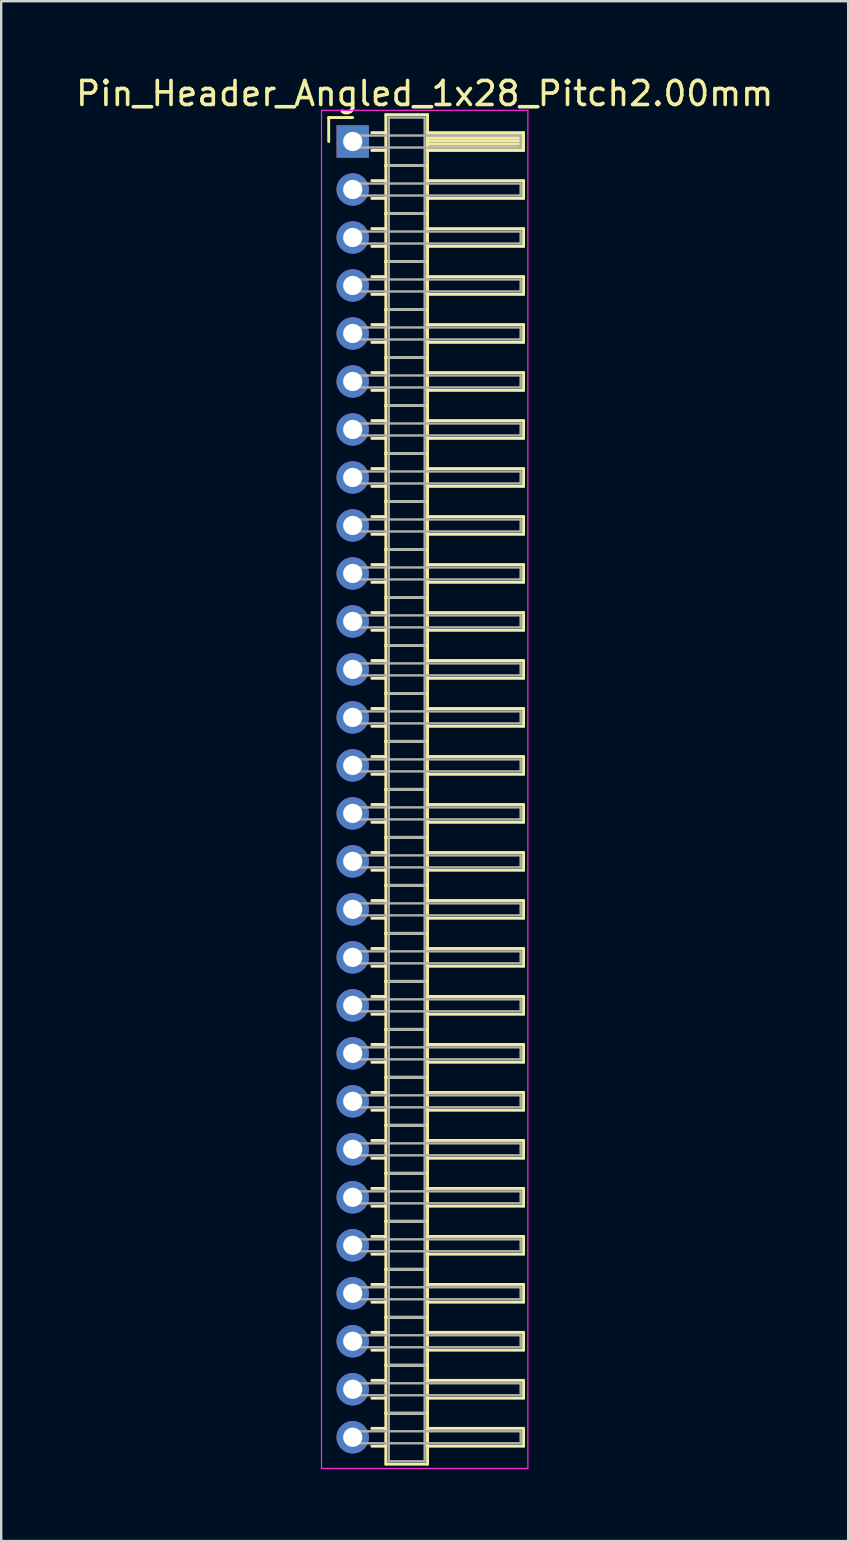
<source format=kicad_pcb>
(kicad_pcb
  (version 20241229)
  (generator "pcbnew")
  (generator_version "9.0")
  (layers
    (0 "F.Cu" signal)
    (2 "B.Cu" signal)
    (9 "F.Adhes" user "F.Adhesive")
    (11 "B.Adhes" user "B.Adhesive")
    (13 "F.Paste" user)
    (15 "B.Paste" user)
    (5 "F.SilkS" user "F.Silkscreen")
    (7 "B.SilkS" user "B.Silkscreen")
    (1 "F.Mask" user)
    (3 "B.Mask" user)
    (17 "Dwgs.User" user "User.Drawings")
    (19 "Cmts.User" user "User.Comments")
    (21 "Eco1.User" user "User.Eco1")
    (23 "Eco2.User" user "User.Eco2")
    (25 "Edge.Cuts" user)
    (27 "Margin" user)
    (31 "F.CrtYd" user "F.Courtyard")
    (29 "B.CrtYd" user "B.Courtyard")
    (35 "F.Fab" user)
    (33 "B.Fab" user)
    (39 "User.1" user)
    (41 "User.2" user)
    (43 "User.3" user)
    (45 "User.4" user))
  (footprint "Pin_Header_Angled_1x28_Pitch2.00mm"
    (layer "F.Cu")
    (at 11.649 2.848)
    (property "Reference" "Pin_Header_Angled_1x28_Pitch2.00mm" (at 3 -2 0) (layer "F.SilkS") (effects (font (size 1 1) (thickness 0.15))))
    (attr through_hole)
    (fp_line (start -1 -1) (end 0 -1) (stroke (width 0.12) (type solid)) (layer "F.SilkS"))
    (fp_line (start -1 0) (end -1 -1) (stroke (width 0.12) (type solid)) (layer "F.SilkS"))
    (fp_line (start 0.795 -0.37) (end 1.38 -0.37) (stroke (width 0.12) (type solid)) (layer "F.SilkS"))
    (fp_line (start 0.795 0.37) (end 1.38 0.37) (stroke (width 0.12) (type solid)) (layer "F.SilkS"))
    (fp_line (start 0.795 1.63) (end 1.38 1.63) (stroke (width 0.12) (type solid)) (layer "F.SilkS"))
    (fp_line (start 0.795 2.37) (end 1.38 2.37) (stroke (width 0.12) (type solid)) (layer "F.SilkS"))
    (fp_line (start 0.795 3.63) (end 1.38 3.63) (stroke (width 0.12) (type solid)) (layer "F.SilkS"))
    (fp_line (start 0.795 4.37) (end 1.38 4.37) (stroke (width 0.12) (type solid)) (layer "F.SilkS"))
    (fp_line (start 0.795 5.63) (end 1.38 5.63) (stroke (width 0.12) (type solid)) (layer "F.SilkS"))
    (fp_line (start 0.795 6.37) (end 1.38 6.37) (stroke (width 0.12) (type solid)) (layer "F.SilkS"))
    (fp_line (start 0.795 7.63) (end 1.38 7.63) (stroke (width 0.12) (type solid)) (layer "F.SilkS"))
    (fp_line (start 0.795 8.37) (end 1.38 8.37) (stroke (width 0.12) (type solid)) (layer "F.SilkS"))
    (fp_line (start 0.795 9.63) (end 1.38 9.63) (stroke (width 0.12) (type solid)) (layer "F.SilkS"))
    (fp_line (start 0.795 10.37) (end 1.38 10.37) (stroke (width 0.12) (type solid)) (layer "F.SilkS"))
    (fp_line (start 0.795 11.63) (end 1.38 11.63) (stroke (width 0.12) (type solid)) (layer "F.SilkS"))
    (fp_line (start 0.795 12.37) (end 1.38 12.37) (stroke (width 0.12) (type solid)) (layer "F.SilkS"))
    (fp_line (start 0.795 13.63) (end 1.38 13.63) (stroke (width 0.12) (type solid)) (layer "F.SilkS"))
    (fp_line (start 0.795 14.37) (end 1.38 14.37) (stroke (width 0.12) (type solid)) (layer "F.SilkS"))
    (fp_line (start 0.795 15.63) (end 1.38 15.63) (stroke (width 0.12) (type solid)) (layer "F.SilkS"))
    (fp_line (start 0.795 16.37) (end 1.38 16.37) (stroke (width 0.12) (type solid)) (layer "F.SilkS"))
    (fp_line (start 0.795 17.63) (end 1.38 17.63) (stroke (width 0.12) (type solid)) (layer "F.SilkS"))
    (fp_line (start 0.795 18.37) (end 1.38 18.37) (stroke (width 0.12) (type solid)) (layer "F.SilkS"))
    (fp_line (start 0.795 19.63) (end 1.38 19.63) (stroke (width 0.12) (type solid)) (layer "F.SilkS"))
    (fp_line (start 0.795 20.37) (end 1.38 20.37) (stroke (width 0.12) (type solid)) (layer "F.SilkS"))
    (fp_line (start 0.795 21.63) (end 1.38 21.63) (stroke (width 0.12) (type solid)) (layer "F.SilkS"))
    (fp_line (start 0.795 22.37) (end 1.38 22.37) (stroke (width 0.12) (type solid)) (layer "F.SilkS"))
    (fp_line (start 0.795 23.63) (end 1.38 23.63) (stroke (width 0.12) (type solid)) (layer "F.SilkS"))
    (fp_line (start 0.795 24.37) (end 1.38 24.37) (stroke (width 0.12) (type solid)) (layer "F.SilkS"))
    (fp_line (start 0.795 25.63) (end 1.38 25.63) (stroke (width 0.12) (type solid)) (layer "F.SilkS"))
    (fp_line (start 0.795 26.37) (end 1.38 26.37) (stroke (width 0.12) (type solid)) (layer "F.SilkS"))
    (fp_line (start 0.795 27.63) (end 1.38 27.63) (stroke (width 0.12) (type solid)) (layer "F.SilkS"))
    (fp_line (start 0.795 28.37) (end 1.38 28.37) (stroke (width 0.12) (type solid)) (layer "F.SilkS"))
    (fp_line (start 0.795 29.63) (end 1.38 29.63) (stroke (width 0.12) (type solid)) (layer "F.SilkS"))
    (fp_line (start 0.795 30.37) (end 1.38 30.37) (stroke (width 0.12) (type solid)) (layer "F.SilkS"))
    (fp_line (start 0.795 31.63) (end 1.38 31.63) (stroke (width 0.12) (type solid)) (layer "F.SilkS"))
    (fp_line (start 0.795 32.37) (end 1.38 32.37) (stroke (width 0.12) (type solid)) (layer "F.SilkS"))
    (fp_line (start 0.795 33.63) (end 1.38 33.63) (stroke (width 0.12) (type solid)) (layer "F.SilkS"))
    (fp_line (start 0.795 34.37) (end 1.38 34.37) (stroke (width 0.12) (type solid)) (layer "F.SilkS"))
    (fp_line (start 0.795 35.63) (end 1.38 35.63) (stroke (width 0.12) (type solid)) (layer "F.SilkS"))
    (fp_line (start 0.795 36.37) (end 1.38 36.37) (stroke (width 0.12) (type solid)) (layer "F.SilkS"))
    (fp_line (start 0.795 37.63) (end 1.38 37.63) (stroke (width 0.12) (type solid)) (layer "F.SilkS"))
    (fp_line (start 0.795 38.37) (end 1.38 38.37) (stroke (width 0.12) (type solid)) (layer "F.SilkS"))
    (fp_line (start 0.795 39.63) (end 1.38 39.63) (stroke (width 0.12) (type solid)) (layer "F.SilkS"))
    (fp_line (start 0.795 40.37) (end 1.38 40.37) (stroke (width 0.12) (type solid)) (layer "F.SilkS"))
    (fp_line (start 0.795 41.63) (end 1.38 41.63) (stroke (width 0.12) (type solid)) (layer "F.SilkS"))
    (fp_line (start 0.795 42.37) (end 1.38 42.37) (stroke (width 0.12) (type solid)) (layer "F.SilkS"))
    (fp_line (start 0.795 43.63) (end 1.38 43.63) (stroke (width 0.12) (type solid)) (layer "F.SilkS"))
    (fp_line (start 0.795 44.37) (end 1.38 44.37) (stroke (width 0.12) (type solid)) (layer "F.SilkS"))
    (fp_line (start 0.795 45.63) (end 1.38 45.63) (stroke (width 0.12) (type solid)) (layer "F.SilkS"))
    (fp_line (start 0.795 46.37) (end 1.38 46.37) (stroke (width 0.12) (type solid)) (layer "F.SilkS"))
    (fp_line (start 0.795 47.63) (end 1.38 47.63) (stroke (width 0.12) (type solid)) (layer "F.SilkS"))
    (fp_line (start 0.795 48.37) (end 1.38 48.37) (stroke (width 0.12) (type solid)) (layer "F.SilkS"))
    (fp_line (start 0.795 49.63) (end 1.38 49.63) (stroke (width 0.12) (type solid)) (layer "F.SilkS"))
    (fp_line (start 0.795 50.37) (end 1.38 50.37) (stroke (width 0.12) (type solid)) (layer "F.SilkS"))
    (fp_line (start 0.795 51.63) (end 1.38 51.63) (stroke (width 0.12) (type solid)) (layer "F.SilkS"))
    (fp_line (start 0.795 52.37) (end 1.38 52.37) (stroke (width 0.12) (type solid)) (layer "F.SilkS"))
    (fp_line (start 0.795 53.63) (end 1.38 53.63) (stroke (width 0.12) (type solid)) (layer "F.SilkS"))
    (fp_line (start 0.795 54.37) (end 1.38 54.37) (stroke (width 0.12) (type solid)) (layer "F.SilkS"))
    (fp_line (start 1.38 -1.12) (end 1.38 1) (stroke (width 0.12) (type solid)) (layer "F.SilkS"))
    (fp_line (start 1.38 1) (end 1.38 3) (stroke (width 0.12) (type solid)) (layer "F.SilkS"))
    (fp_line (start 1.38 1) (end 3.12 1) (stroke (width 0.12) (type solid)) (layer "F.SilkS"))
    (fp_line (start 1.38 3) (end 1.38 5) (stroke (width 0.12) (type solid)) (layer "F.SilkS"))
    (fp_line (start 1.38 3) (end 3.12 3) (stroke (width 0.12) (type solid)) (layer "F.SilkS"))
    (fp_line (start 1.38 5) (end 1.38 7) (stroke (width 0.12) (type solid)) (layer "F.SilkS"))
    (fp_line (start 1.38 5) (end 3.12 5) (stroke (width 0.12) (type solid)) (layer "F.SilkS"))
    (fp_line (start 1.38 7) (end 1.38 9) (stroke (width 0.12) (type solid)) (layer "F.SilkS"))
    (fp_line (start 1.38 7) (end 3.12 7) (stroke (width 0.12) (type solid)) (layer "F.SilkS"))
    (fp_line (start 1.38 9) (end 1.38 11) (stroke (width 0.12) (type solid)) (layer "F.SilkS"))
    (fp_line (start 1.38 9) (end 3.12 9) (stroke (width 0.12) (type solid)) (layer "F.SilkS"))
    (fp_line (start 1.38 11) (end 1.38 13) (stroke (width 0.12) (type solid)) (layer "F.SilkS"))
    (fp_line (start 1.38 11) (end 3.12 11) (stroke (width 0.12) (type solid)) (layer "F.SilkS"))
    (fp_line (start 1.38 13) (end 1.38 15) (stroke (width 0.12) (type solid)) (layer "F.SilkS"))
    (fp_line (start 1.38 13) (end 3.12 13) (stroke (width 0.12) (type solid)) (layer "F.SilkS"))
    (fp_line (start 1.38 15) (end 1.38 17) (stroke (width 0.12) (type solid)) (layer "F.SilkS"))
    (fp_line (start 1.38 15) (end 3.12 15) (stroke (width 0.12) (type solid)) (layer "F.SilkS"))
    (fp_line (start 1.38 17) (end 1.38 19) (stroke (width 0.12) (type solid)) (layer "F.SilkS"))
    (fp_line (start 1.38 17) (end 3.12 17) (stroke (width 0.12) (type solid)) (layer "F.SilkS"))
    (fp_line (start 1.38 19) (end 1.38 21) (stroke (width 0.12) (type solid)) (layer "F.SilkS"))
    (fp_line (start 1.38 19) (end 3.12 19) (stroke (width 0.12) (type solid)) (layer "F.SilkS"))
    (fp_line (start 1.38 21) (end 1.38 23) (stroke (width 0.12) (type solid)) (layer "F.SilkS"))
    (fp_line (start 1.38 21) (end 3.12 21) (stroke (width 0.12) (type solid)) (layer "F.SilkS"))
    (fp_line (start 1.38 23) (end 1.38 25) (stroke (width 0.12) (type solid)) (layer "F.SilkS"))
    (fp_line (start 1.38 23) (end 3.12 23) (stroke (width 0.12) (type solid)) (layer "F.SilkS"))
    (fp_line (start 1.38 25) (end 1.38 27) (stroke (width 0.12) (type solid)) (layer "F.SilkS"))
    (fp_line (start 1.38 25) (end 3.12 25) (stroke (width 0.12) (type solid)) (layer "F.SilkS"))
    (fp_line (start 1.38 27) (end 1.38 29) (stroke (width 0.12) (type solid)) (layer "F.SilkS"))
    (fp_line (start 1.38 27) (end 3.12 27) (stroke (width 0.12) (type solid)) (layer "F.SilkS"))
    (fp_line (start 1.38 29) (end 1.38 31) (stroke (width 0.12) (type solid)) (layer "F.SilkS"))
    (fp_line (start 1.38 29) (end 3.12 29) (stroke (width 0.12) (type solid)) (layer "F.SilkS"))
    (fp_line (start 1.38 31) (end 1.38 33) (stroke (width 0.12) (type solid)) (layer "F.SilkS"))
    (fp_line (start 1.38 31) (end 3.12 31) (stroke (width 0.12) (type solid)) (layer "F.SilkS"))
    (fp_line (start 1.38 33) (end 1.38 35) (stroke (width 0.12) (type solid)) (layer "F.SilkS"))
    (fp_line (start 1.38 33) (end 3.12 33) (stroke (width 0.12) (type solid)) (layer "F.SilkS"))
    (fp_line (start 1.38 35) (end 1.38 37) (stroke (width 0.12) (type solid)) (layer "F.SilkS"))
    (fp_line (start 1.38 35) (end 3.12 35) (stroke (width 0.12) (type solid)) (layer "F.SilkS"))
    (fp_line (start 1.38 37) (end 1.38 39) (stroke (width 0.12) (type solid)) (layer "F.SilkS"))
    (fp_line (start 1.38 37) (end 3.12 37) (stroke (width 0.12) (type solid)) (layer "F.SilkS"))
    (fp_line (start 1.38 39) (end 1.38 41) (stroke (width 0.12) (type solid)) (layer "F.SilkS"))
    (fp_line (start 1.38 39) (end 3.12 39) (stroke (width 0.12) (type solid)) (layer "F.SilkS"))
    (fp_line (start 1.38 41) (end 1.38 43) (stroke (width 0.12) (type solid)) (layer "F.SilkS"))
    (fp_line (start 1.38 41) (end 3.12 41) (stroke (width 0.12) (type solid)) (layer "F.SilkS"))
    (fp_line (start 1.38 43) (end 1.38 45) (stroke (width 0.12) (type solid)) (layer "F.SilkS"))
    (fp_line (start 1.38 43) (end 3.12 43) (stroke (width 0.12) (type solid)) (layer "F.SilkS"))
    (fp_line (start 1.38 45) (end 1.38 47) (stroke (width 0.12) (type solid)) (layer "F.SilkS"))
    (fp_line (start 1.38 45) (end 3.12 45) (stroke (width 0.12) (type solid)) (layer "F.SilkS"))
    (fp_line (start 1.38 47) (end 1.38 49) (stroke (width 0.12) (type solid)) (layer "F.SilkS"))
    (fp_line (start 1.38 47) (end 3.12 47) (stroke (width 0.12) (type solid)) (layer "F.SilkS"))
    (fp_line (start 1.38 49) (end 1.38 51) (stroke (width 0.12) (type solid)) (layer "F.SilkS"))
    (fp_line (start 1.38 49) (end 3.12 49) (stroke (width 0.12) (type solid)) (layer "F.SilkS"))
    (fp_line (start 1.38 51) (end 1.38 53) (stroke (width 0.12) (type solid)) (layer "F.SilkS"))
    (fp_line (start 1.38 51) (end 3.12 51) (stroke (width 0.12) (type solid)) (layer "F.SilkS"))
    (fp_line (start 1.38 53) (end 1.38 55.12) (stroke (width 0.12) (type solid)) (layer "F.SilkS"))
    (fp_line (start 1.38 53) (end 3.12 53) (stroke (width 0.12) (type solid)) (layer "F.SilkS"))
    (fp_line (start 1.38 55.12) (end 3.12 55.12) (stroke (width 0.12) (type solid)) (layer "F.SilkS"))
    (fp_line (start 3.12 -1.12) (end 1.38 -1.12) (stroke (width 0.12) (type solid)) (layer "F.SilkS"))
    (fp_line (start 3.12 -0.37) (end 3.12 0.37) (stroke (width 0.12) (type solid)) (layer "F.SilkS"))
    (fp_line (start 3.12 -0.25) (end 7.12 -0.25) (stroke (width 0.12) (type solid)) (layer "F.SilkS"))
    (fp_line (start 3.12 -0.13) (end 7.12 -0.13) (stroke (width 0.12) (type solid)) (layer "F.SilkS"))
    (fp_line (start 3.12 -0.01) (end 7.12 -0.01) (stroke (width 0.12) (type solid)) (layer "F.SilkS"))
    (fp_line (start 3.12 0.11) (end 7.12 0.11) (stroke (width 0.12) (type solid)) (layer "F.SilkS"))
    (fp_line (start 3.12 0.23) (end 7.12 0.23) (stroke (width 0.12) (type solid)) (layer "F.SilkS"))
    (fp_line (start 3.12 0.35) (end 7.12 0.35) (stroke (width 0.12) (type solid)) (layer "F.SilkS"))
    (fp_line (start 3.12 0.37) (end 7.12 0.37) (stroke (width 0.12) (type solid)) (layer "F.SilkS"))
    (fp_line (start 3.12 1) (end 1.38 1) (stroke (width 0.12) (type solid)) (layer "F.SilkS"))
    (fp_line (start 3.12 1) (end 3.12 -1.12) (stroke (width 0.12) (type solid)) (layer "F.SilkS"))
    (fp_line (start 3.12 1.63) (end 3.12 2.37) (stroke (width 0.12) (type solid)) (layer "F.SilkS"))
    (fp_line (start 3.12 2.37) (end 7.12 2.37) (stroke (width 0.12) (type solid)) (layer "F.SilkS"))
    (fp_line (start 3.12 3) (end 1.38 3) (stroke (width 0.12) (type solid)) (layer "F.SilkS"))
    (fp_line (start 3.12 3) (end 3.12 1) (stroke (width 0.12) (type solid)) (layer "F.SilkS"))
    (fp_line (start 3.12 3.63) (end 3.12 4.37) (stroke (width 0.12) (type solid)) (layer "F.SilkS"))
    (fp_line (start 3.12 4.37) (end 7.12 4.37) (stroke (width 0.12) (type solid)) (layer "F.SilkS"))
    (fp_line (start 3.12 5) (end 1.38 5) (stroke (width 0.12) (type solid)) (layer "F.SilkS"))
    (fp_line (start 3.12 5) (end 3.12 3) (stroke (width 0.12) (type solid)) (layer "F.SilkS"))
    (fp_line (start 3.12 5.63) (end 3.12 6.37) (stroke (width 0.12) (type solid)) (layer "F.SilkS"))
    (fp_line (start 3.12 6.37) (end 7.12 6.37) (stroke (width 0.12) (type solid)) (layer "F.SilkS"))
    (fp_line (start 3.12 7) (end 1.38 7) (stroke (width 0.12) (type solid)) (layer "F.SilkS"))
    (fp_line (start 3.12 7) (end 3.12 5) (stroke (width 0.12) (type solid)) (layer "F.SilkS"))
    (fp_line (start 3.12 7.63) (end 3.12 8.37) (stroke (width 0.12) (type solid)) (layer "F.SilkS"))
    (fp_line (start 3.12 8.37) (end 7.12 8.37) (stroke (width 0.12) (type solid)) (layer "F.SilkS"))
    (fp_line (start 3.12 9) (end 1.38 9) (stroke (width 0.12) (type solid)) (layer "F.SilkS"))
    (fp_line (start 3.12 9) (end 3.12 7) (stroke (width 0.12) (type solid)) (layer "F.SilkS"))
    (fp_line (start 3.12 9.63) (end 3.12 10.37) (stroke (width 0.12) (type solid)) (layer "F.SilkS"))
    (fp_line (start 3.12 10.37) (end 7.12 10.37) (stroke (width 0.12) (type solid)) (layer "F.SilkS"))
    (fp_line (start 3.12 11) (end 1.38 11) (stroke (width 0.12) (type solid)) (layer "F.SilkS"))
    (fp_line (start 3.12 11) (end 3.12 9) (stroke (width 0.12) (type solid)) (layer "F.SilkS"))
    (fp_line (start 3.12 11.63) (end 3.12 12.37) (stroke (width 0.12) (type solid)) (layer "F.SilkS"))
    (fp_line (start 3.12 12.37) (end 7.12 12.37) (stroke (width 0.12) (type solid)) (layer "F.SilkS"))
    (fp_line (start 3.12 13) (end 1.38 13) (stroke (width 0.12) (type solid)) (layer "F.SilkS"))
    (fp_line (start 3.12 13) (end 3.12 11) (stroke (width 0.12) (type solid)) (layer "F.SilkS"))
    (fp_line (start 3.12 13.63) (end 3.12 14.37) (stroke (width 0.12) (type solid)) (layer "F.SilkS"))
    (fp_line (start 3.12 14.37) (end 7.12 14.37) (stroke (width 0.12) (type solid)) (layer "F.SilkS"))
    (fp_line (start 3.12 15) (end 1.38 15) (stroke (width 0.12) (type solid)) (layer "F.SilkS"))
    (fp_line (start 3.12 15) (end 3.12 13) (stroke (width 0.12) (type solid)) (layer "F.SilkS"))
    (fp_line (start 3.12 15.63) (end 3.12 16.37) (stroke (width 0.12) (type solid)) (layer "F.SilkS"))
    (fp_line (start 3.12 16.37) (end 7.12 16.37) (stroke (width 0.12) (type solid)) (layer "F.SilkS"))
    (fp_line (start 3.12 17) (end 1.38 17) (stroke (width 0.12) (type solid)) (layer "F.SilkS"))
    (fp_line (start 3.12 17) (end 3.12 15) (stroke (width 0.12) (type solid)) (layer "F.SilkS"))
    (fp_line (start 3.12 17.63) (end 3.12 18.37) (stroke (width 0.12) (type solid)) (layer "F.SilkS"))
    (fp_line (start 3.12 18.37) (end 7.12 18.37) (stroke (width 0.12) (type solid)) (layer "F.SilkS"))
    (fp_line (start 3.12 19) (end 1.38 19) (stroke (width 0.12) (type solid)) (layer "F.SilkS"))
    (fp_line (start 3.12 19) (end 3.12 17) (stroke (width 0.12) (type solid)) (layer "F.SilkS"))
    (fp_line (start 3.12 19.63) (end 3.12 20.37) (stroke (width 0.12) (type solid)) (layer "F.SilkS"))
    (fp_line (start 3.12 20.37) (end 7.12 20.37) (stroke (width 0.12) (type solid)) (layer "F.SilkS"))
    (fp_line (start 3.12 21) (end 1.38 21) (stroke (width 0.12) (type solid)) (layer "F.SilkS"))
    (fp_line (start 3.12 21) (end 3.12 19) (stroke (width 0.12) (type solid)) (layer "F.SilkS"))
    (fp_line (start 3.12 21.63) (end 3.12 22.37) (stroke (width 0.12) (type solid)) (layer "F.SilkS"))
    (fp_line (start 3.12 22.37) (end 7.12 22.37) (stroke (width 0.12) (type solid)) (layer "F.SilkS"))
    (fp_line (start 3.12 23) (end 1.38 23) (stroke (width 0.12) (type solid)) (layer "F.SilkS"))
    (fp_line (start 3.12 23) (end 3.12 21) (stroke (width 0.12) (type solid)) (layer "F.SilkS"))
    (fp_line (start 3.12 23.63) (end 3.12 24.37) (stroke (width 0.12) (type solid)) (layer "F.SilkS"))
    (fp_line (start 3.12 24.37) (end 7.12 24.37) (stroke (width 0.12) (type solid)) (layer "F.SilkS"))
    (fp_line (start 3.12 25) (end 1.38 25) (stroke (width 0.12) (type solid)) (layer "F.SilkS"))
    (fp_line (start 3.12 25) (end 3.12 23) (stroke (width 0.12) (type solid)) (layer "F.SilkS"))
    (fp_line (start 3.12 25.63) (end 3.12 26.37) (stroke (width 0.12) (type solid)) (layer "F.SilkS"))
    (fp_line (start 3.12 26.37) (end 7.12 26.37) (stroke (width 0.12) (type solid)) (layer "F.SilkS"))
    (fp_line (start 3.12 27) (end 1.38 27) (stroke (width 0.12) (type solid)) (layer "F.SilkS"))
    (fp_line (start 3.12 27) (end 3.12 25) (stroke (width 0.12) (type solid)) (layer "F.SilkS"))
    (fp_line (start 3.12 27.63) (end 3.12 28.37) (stroke (width 0.12) (type solid)) (layer "F.SilkS"))
    (fp_line (start 3.12 28.37) (end 7.12 28.37) (stroke (width 0.12) (type solid)) (layer "F.SilkS"))
    (fp_line (start 3.12 29) (end 1.38 29) (stroke (width 0.12) (type solid)) (layer "F.SilkS"))
    (fp_line (start 3.12 29) (end 3.12 27) (stroke (width 0.12) (type solid)) (layer "F.SilkS"))
    (fp_line (start 3.12 29.63) (end 3.12 30.37) (stroke (width 0.12) (type solid)) (layer "F.SilkS"))
    (fp_line (start 3.12 30.37) (end 7.12 30.37) (stroke (width 0.12) (type solid)) (layer "F.SilkS"))
    (fp_line (start 3.12 31) (end 1.38 31) (stroke (width 0.12) (type solid)) (layer "F.SilkS"))
    (fp_line (start 3.12 31) (end 3.12 29) (stroke (width 0.12) (type solid)) (layer "F.SilkS"))
    (fp_line (start 3.12 31.63) (end 3.12 32.37) (stroke (width 0.12) (type solid)) (layer "F.SilkS"))
    (fp_line (start 3.12 32.37) (end 7.12 32.37) (stroke (width 0.12) (type solid)) (layer "F.SilkS"))
    (fp_line (start 3.12 33) (end 1.38 33) (stroke (width 0.12) (type solid)) (layer "F.SilkS"))
    (fp_line (start 3.12 33) (end 3.12 31) (stroke (width 0.12) (type solid)) (layer "F.SilkS"))
    (fp_line (start 3.12 33.63) (end 3.12 34.37) (stroke (width 0.12) (type solid)) (layer "F.SilkS"))
    (fp_line (start 3.12 34.37) (end 7.12 34.37) (stroke (width 0.12) (type solid)) (layer "F.SilkS"))
    (fp_line (start 3.12 35) (end 1.38 35) (stroke (width 0.12) (type solid)) (layer "F.SilkS"))
    (fp_line (start 3.12 35) (end 3.12 33) (stroke (width 0.12) (type solid)) (layer "F.SilkS"))
    (fp_line (start 3.12 35.63) (end 3.12 36.37) (stroke (width 0.12) (type solid)) (layer "F.SilkS"))
    (fp_line (start 3.12 36.37) (end 7.12 36.37) (stroke (width 0.12) (type solid)) (layer "F.SilkS"))
    (fp_line (start 3.12 37) (end 1.38 37) (stroke (width 0.12) (type solid)) (layer "F.SilkS"))
    (fp_line (start 3.12 37) (end 3.12 35) (stroke (width 0.12) (type solid)) (layer "F.SilkS"))
    (fp_line (start 3.12 37.63) (end 3.12 38.37) (stroke (width 0.12) (type solid)) (layer "F.SilkS"))
    (fp_line (start 3.12 38.37) (end 7.12 38.37) (stroke (width 0.12) (type solid)) (layer "F.SilkS"))
    (fp_line (start 3.12 39) (end 1.38 39) (stroke (width 0.12) (type solid)) (layer "F.SilkS"))
    (fp_line (start 3.12 39) (end 3.12 37) (stroke (width 0.12) (type solid)) (layer "F.SilkS"))
    (fp_line (start 3.12 39.63) (end 3.12 40.37) (stroke (width 0.12) (type solid)) (layer "F.SilkS"))
    (fp_line (start 3.12 40.37) (end 7.12 40.37) (stroke (width 0.12) (type solid)) (layer "F.SilkS"))
    (fp_line (start 3.12 41) (end 1.38 41) (stroke (width 0.12) (type solid)) (layer "F.SilkS"))
    (fp_line (start 3.12 41) (end 3.12 39) (stroke (width 0.12) (type solid)) (layer "F.SilkS"))
    (fp_line (start 3.12 41.63) (end 3.12 42.37) (stroke (width 0.12) (type solid)) (layer "F.SilkS"))
    (fp_line (start 3.12 42.37) (end 7.12 42.37) (stroke (width 0.12) (type solid)) (layer "F.SilkS"))
    (fp_line (start 3.12 43) (end 1.38 43) (stroke (width 0.12) (type solid)) (layer "F.SilkS"))
    (fp_line (start 3.12 43) (end 3.12 41) (stroke (width 0.12) (type solid)) (layer "F.SilkS"))
    (fp_line (start 3.12 43.63) (end 3.12 44.37) (stroke (width 0.12) (type solid)) (layer "F.SilkS"))
    (fp_line (start 3.12 44.37) (end 7.12 44.37) (stroke (width 0.12) (type solid)) (layer "F.SilkS"))
    (fp_line (start 3.12 45) (end 1.38 45) (stroke (width 0.12) (type solid)) (layer "F.SilkS"))
    (fp_line (start 3.12 45) (end 3.12 43) (stroke (width 0.12) (type solid)) (layer "F.SilkS"))
    (fp_line (start 3.12 45.63) (end 3.12 46.37) (stroke (width 0.12) (type solid)) (layer "F.SilkS"))
    (fp_line (start 3.12 46.37) (end 7.12 46.37) (stroke (width 0.12) (type solid)) (layer "F.SilkS"))
    (fp_line (start 3.12 47) (end 1.38 47) (stroke (width 0.12) (type solid)) (layer "F.SilkS"))
    (fp_line (start 3.12 47) (end 3.12 45) (stroke (width 0.12) (type solid)) (layer "F.SilkS"))
    (fp_line (start 3.12 47.63) (end 3.12 48.37) (stroke (width 0.12) (type solid)) (layer "F.SilkS"))
    (fp_line (start 3.12 48.37) (end 7.12 48.37) (stroke (width 0.12) (type solid)) (layer "F.SilkS"))
    (fp_line (start 3.12 49) (end 1.38 49) (stroke (width 0.12) (type solid)) (layer "F.SilkS"))
    (fp_line (start 3.12 49) (end 3.12 47) (stroke (width 0.12) (type solid)) (layer "F.SilkS"))
    (fp_line (start 3.12 49.63) (end 3.12 50.37) (stroke (width 0.12) (type solid)) (layer "F.SilkS"))
    (fp_line (start 3.12 50.37) (end 7.12 50.37) (stroke (width 0.12) (type solid)) (layer "F.SilkS"))
    (fp_line (start 3.12 51) (end 1.38 51) (stroke (width 0.12) (type solid)) (layer "F.SilkS"))
    (fp_line (start 3.12 51) (end 3.12 49) (stroke (width 0.12) (type solid)) (layer "F.SilkS"))
    (fp_line (start 3.12 51.63) (end 3.12 52.37) (stroke (width 0.12) (type solid)) (layer "F.SilkS"))
    (fp_line (start 3.12 52.37) (end 7.12 52.37) (stroke (width 0.12) (type solid)) (layer "F.SilkS"))
    (fp_line (start 3.12 53) (end 1.38 53) (stroke (width 0.12) (type solid)) (layer "F.SilkS"))
    (fp_line (start 3.12 53) (end 3.12 51) (stroke (width 0.12) (type solid)) (layer "F.SilkS"))
    (fp_line (start 3.12 53.63) (end 3.12 54.37) (stroke (width 0.12) (type solid)) (layer "F.SilkS"))
    (fp_line (start 3.12 54.37) (end 7.12 54.37) (stroke (width 0.12) (type solid)) (layer "F.SilkS"))
    (fp_line (start 3.12 55.12) (end 3.12 53) (stroke (width 0.12) (type solid)) (layer "F.SilkS"))
    (fp_line (start 7.12 -0.37) (end 3.12 -0.37) (stroke (width 0.12) (type solid)) (layer "F.SilkS"))
    (fp_line (start 7.12 0.37) (end 7.12 -0.37) (stroke (width 0.12) (type solid)) (layer "F.SilkS"))
    (fp_line (start 7.12 1.63) (end 3.12 1.63) (stroke (width 0.12) (type solid)) (layer "F.SilkS"))
    (fp_line (start 7.12 2.37) (end 7.12 1.63) (stroke (width 0.12) (type solid)) (layer "F.SilkS"))
    (fp_line (start 7.12 3.63) (end 3.12 3.63) (stroke (width 0.12) (type solid)) (layer "F.SilkS"))
    (fp_line (start 7.12 4.37) (end 7.12 3.63) (stroke (width 0.12) (type solid)) (layer "F.SilkS"))
    (fp_line (start 7.12 5.63) (end 3.12 5.63) (stroke (width 0.12) (type solid)) (layer "F.SilkS"))
    (fp_line (start 7.12 6.37) (end 7.12 5.63) (stroke (width 0.12) (type solid)) (layer "F.SilkS"))
    (fp_line (start 7.12 7.63) (end 3.12 7.63) (stroke (width 0.12) (type solid)) (layer "F.SilkS"))
    (fp_line (start 7.12 8.37) (end 7.12 7.63) (stroke (width 0.12) (type solid)) (layer "F.SilkS"))
    (fp_line (start 7.12 9.63) (end 3.12 9.63) (stroke (width 0.12) (type solid)) (layer "F.SilkS"))
    (fp_line (start 7.12 10.37) (end 7.12 9.63) (stroke (width 0.12) (type solid)) (layer "F.SilkS"))
    (fp_line (start 7.12 11.63) (end 3.12 11.63) (stroke (width 0.12) (type solid)) (layer "F.SilkS"))
    (fp_line (start 7.12 12.37) (end 7.12 11.63) (stroke (width 0.12) (type solid)) (layer "F.SilkS"))
    (fp_line (start 7.12 13.63) (end 3.12 13.63) (stroke (width 0.12) (type solid)) (layer "F.SilkS"))
    (fp_line (start 7.12 14.37) (end 7.12 13.63) (stroke (width 0.12) (type solid)) (layer "F.SilkS"))
    (fp_line (start 7.12 15.63) (end 3.12 15.63) (stroke (width 0.12) (type solid)) (layer "F.SilkS"))
    (fp_line (start 7.12 16.37) (end 7.12 15.63) (stroke (width 0.12) (type solid)) (layer "F.SilkS"))
    (fp_line (start 7.12 17.63) (end 3.12 17.63) (stroke (width 0.12) (type solid)) (layer "F.SilkS"))
    (fp_line (start 7.12 18.37) (end 7.12 17.63) (stroke (width 0.12) (type solid)) (layer "F.SilkS"))
    (fp_line (start 7.12 19.63) (end 3.12 19.63) (stroke (width 0.12) (type solid)) (layer "F.SilkS"))
    (fp_line (start 7.12 20.37) (end 7.12 19.63) (stroke (width 0.12) (type solid)) (layer "F.SilkS"))
    (fp_line (start 7.12 21.63) (end 3.12 21.63) (stroke (width 0.12) (type solid)) (layer "F.SilkS"))
    (fp_line (start 7.12 22.37) (end 7.12 21.63) (stroke (width 0.12) (type solid)) (layer "F.SilkS"))
    (fp_line (start 7.12 23.63) (end 3.12 23.63) (stroke (width 0.12) (type solid)) (layer "F.SilkS"))
    (fp_line (start 7.12 24.37) (end 7.12 23.63) (stroke (width 0.12) (type solid)) (layer "F.SilkS"))
    (fp_line (start 7.12 25.63) (end 3.12 25.63) (stroke (width 0.12) (type solid)) (layer "F.SilkS"))
    (fp_line (start 7.12 26.37) (end 7.12 25.63) (stroke (width 0.12) (type solid)) (layer "F.SilkS"))
    (fp_line (start 7.12 27.63) (end 3.12 27.63) (stroke (width 0.12) (type solid)) (layer "F.SilkS"))
    (fp_line (start 7.12 28.37) (end 7.12 27.63) (stroke (width 0.12) (type solid)) (layer "F.SilkS"))
    (fp_line (start 7.12 29.63) (end 3.12 29.63) (stroke (width 0.12) (type solid)) (layer "F.SilkS"))
    (fp_line (start 7.12 30.37) (end 7.12 29.63) (stroke (width 0.12) (type solid)) (layer "F.SilkS"))
    (fp_line (start 7.12 31.63) (end 3.12 31.63) (stroke (width 0.12) (type solid)) (layer "F.SilkS"))
    (fp_line (start 7.12 32.37) (end 7.12 31.63) (stroke (width 0.12) (type solid)) (layer "F.SilkS"))
    (fp_line (start 7.12 33.63) (end 3.12 33.63) (stroke (width 0.12) (type solid)) (layer "F.SilkS"))
    (fp_line (start 7.12 34.37) (end 7.12 33.63) (stroke (width 0.12) (type solid)) (layer "F.SilkS"))
    (fp_line (start 7.12 35.63) (end 3.12 35.63) (stroke (width 0.12) (type solid)) (layer "F.SilkS"))
    (fp_line (start 7.12 36.37) (end 7.12 35.63) (stroke (width 0.12) (type solid)) (layer "F.SilkS"))
    (fp_line (start 7.12 37.63) (end 3.12 37.63) (stroke (width 0.12) (type solid)) (layer "F.SilkS"))
    (fp_line (start 7.12 38.37) (end 7.12 37.63) (stroke (width 0.12) (type solid)) (layer "F.SilkS"))
    (fp_line (start 7.12 39.63) (end 3.12 39.63) (stroke (width 0.12) (type solid)) (layer "F.SilkS"))
    (fp_line (start 7.12 40.37) (end 7.12 39.63) (stroke (width 0.12) (type solid)) (layer "F.SilkS"))
    (fp_line (start 7.12 41.63) (end 3.12 41.63) (stroke (width 0.12) (type solid)) (layer "F.SilkS"))
    (fp_line (start 7.12 42.37) (end 7.12 41.63) (stroke (width 0.12) (type solid)) (layer "F.SilkS"))
    (fp_line (start 7.12 43.63) (end 3.12 43.63) (stroke (width 0.12) (type solid)) (layer "F.SilkS"))
    (fp_line (start 7.12 44.37) (end 7.12 43.63) (stroke (width 0.12) (type solid)) (layer "F.SilkS"))
    (fp_line (start 7.12 45.63) (end 3.12 45.63) (stroke (width 0.12) (type solid)) (layer "F.SilkS"))
    (fp_line (start 7.12 46.37) (end 7.12 45.63) (stroke (width 0.12) (type solid)) (layer "F.SilkS"))
    (fp_line (start 7.12 47.63) (end 3.12 47.63) (stroke (width 0.12) (type solid)) (layer "F.SilkS"))
    (fp_line (start 7.12 48.37) (end 7.12 47.63) (stroke (width 0.12) (type solid)) (layer "F.SilkS"))
    (fp_line (start 7.12 49.63) (end 3.12 49.63) (stroke (width 0.12) (type solid)) (layer "F.SilkS"))
    (fp_line (start 7.12 50.37) (end 7.12 49.63) (stroke (width 0.12) (type solid)) (layer "F.SilkS"))
    (fp_line (start 7.12 51.63) (end 3.12 51.63) (stroke (width 0.12) (type solid)) (layer "F.SilkS"))
    (fp_line (start 7.12 52.37) (end 7.12 51.63) (stroke (width 0.12) (type solid)) (layer "F.SilkS"))
    (fp_line (start 7.12 53.63) (end 3.12 53.63) (stroke (width 0.12) (type solid)) (layer "F.SilkS"))
    (fp_line (start 7.12 54.37) (end 7.12 53.63) (stroke (width 0.12) (type solid)) (layer "F.SilkS"))
    (fp_line (start -1.3 -1.3) (end -1.3 55.3) (stroke (width 0.05) (type solid)) (layer "F.CrtYd"))
    (fp_line (start -1.3 55.3) (end 7.3 55.3) (stroke (width 0.05) (type solid)) (layer "F.CrtYd"))
    (fp_line (start 7.3 -1.3) (end -1.3 -1.3) (stroke (width 0.05) (type solid)) (layer "F.CrtYd"))
    (fp_line (start 7.3 55.3) (end 7.3 -1.3) (stroke (width 0.05) (type solid)) (layer "F.CrtYd"))
    (fp_line (start 0 -0.25) (end 0 0.25) (stroke (width 0.1) (type solid)) (layer "F.Fab"))
    (fp_line (start 0 0.25) (end 7 0.25) (stroke (width 0.1) (type solid)) (layer "F.Fab"))
    (fp_line (start 0 1.75) (end 0 2.25) (stroke (width 0.1) (type solid)) (layer "F.Fab"))
    (fp_line (start 0 2.25) (end 7 2.25) (stroke (width 0.1) (type solid)) (layer "F.Fab"))
    (fp_line (start 0 3.75) (end 0 4.25) (stroke (width 0.1) (type solid)) (layer "F.Fab"))
    (fp_line (start 0 4.25) (end 7 4.25) (stroke (width 0.1) (type solid)) (layer "F.Fab"))
    (fp_line (start 0 5.75) (end 0 6.25) (stroke (width 0.1) (type solid)) (layer "F.Fab"))
    (fp_line (start 0 6.25) (end 7 6.25) (stroke (width 0.1) (type solid)) (layer "F.Fab"))
    (fp_line (start 0 7.75) (end 0 8.25) (stroke (width 0.1) (type solid)) (layer "F.Fab"))
    (fp_line (start 0 8.25) (end 7 8.25) (stroke (width 0.1) (type solid)) (layer "F.Fab"))
    (fp_line (start 0 9.75) (end 0 10.25) (stroke (width 0.1) (type solid)) (layer "F.Fab"))
    (fp_line (start 0 10.25) (end 7 10.25) (stroke (width 0.1) (type solid)) (layer "F.Fab"))
    (fp_line (start 0 11.75) (end 0 12.25) (stroke (width 0.1) (type solid)) (layer "F.Fab"))
    (fp_line (start 0 12.25) (end 7 12.25) (stroke (width 0.1) (type solid)) (layer "F.Fab"))
    (fp_line (start 0 13.75) (end 0 14.25) (stroke (width 0.1) (type solid)) (layer "F.Fab"))
    (fp_line (start 0 14.25) (end 7 14.25) (stroke (width 0.1) (type solid)) (layer "F.Fab"))
    (fp_line (start 0 15.75) (end 0 16.25) (stroke (width 0.1) (type solid)) (layer "F.Fab"))
    (fp_line (start 0 16.25) (end 7 16.25) (stroke (width 0.1) (type solid)) (layer "F.Fab"))
    (fp_line (start 0 17.75) (end 0 18.25) (stroke (width 0.1) (type solid)) (layer "F.Fab"))
    (fp_line (start 0 18.25) (end 7 18.25) (stroke (width 0.1) (type solid)) (layer "F.Fab"))
    (fp_line (start 0 19.75) (end 0 20.25) (stroke (width 0.1) (type solid)) (layer "F.Fab"))
    (fp_line (start 0 20.25) (end 7 20.25) (stroke (width 0.1) (type solid)) (layer "F.Fab"))
    (fp_line (start 0 21.75) (end 0 22.25) (stroke (width 0.1) (type solid)) (layer "F.Fab"))
    (fp_line (start 0 22.25) (end 7 22.25) (stroke (width 0.1) (type solid)) (layer "F.Fab"))
    (fp_line (start 0 23.75) (end 0 24.25) (stroke (width 0.1) (type solid)) (layer "F.Fab"))
    (fp_line (start 0 24.25) (end 7 24.25) (stroke (width 0.1) (type solid)) (layer "F.Fab"))
    (fp_line (start 0 25.75) (end 0 26.25) (stroke (width 0.1) (type solid)) (layer "F.Fab"))
    (fp_line (start 0 26.25) (end 7 26.25) (stroke (width 0.1) (type solid)) (layer "F.Fab"))
    (fp_line (start 0 27.75) (end 0 28.25) (stroke (width 0.1) (type solid)) (layer "F.Fab"))
    (fp_line (start 0 28.25) (end 7 28.25) (stroke (width 0.1) (type solid)) (layer "F.Fab"))
    (fp_line (start 0 29.75) (end 0 30.25) (stroke (width 0.1) (type solid)) (layer "F.Fab"))
    (fp_line (start 0 30.25) (end 7 30.25) (stroke (width 0.1) (type solid)) (layer "F.Fab"))
    (fp_line (start 0 31.75) (end 0 32.25) (stroke (width 0.1) (type solid)) (layer "F.Fab"))
    (fp_line (start 0 32.25) (end 7 32.25) (stroke (width 0.1) (type solid)) (layer "F.Fab"))
    (fp_line (start 0 33.75) (end 0 34.25) (stroke (width 0.1) (type solid)) (layer "F.Fab"))
    (fp_line (start 0 34.25) (end 7 34.25) (stroke (width 0.1) (type solid)) (layer "F.Fab"))
    (fp_line (start 0 35.75) (end 0 36.25) (stroke (width 0.1) (type solid)) (layer "F.Fab"))
    (fp_line (start 0 36.25) (end 7 36.25) (stroke (width 0.1) (type solid)) (layer "F.Fab"))
    (fp_line (start 0 37.75) (end 0 38.25) (stroke (width 0.1) (type solid)) (layer "F.Fab"))
    (fp_line (start 0 38.25) (end 7 38.25) (stroke (width 0.1) (type solid)) (layer "F.Fab"))
    (fp_line (start 0 39.75) (end 0 40.25) (stroke (width 0.1) (type solid)) (layer "F.Fab"))
    (fp_line (start 0 40.25) (end 7 40.25) (stroke (width 0.1) (type solid)) (layer "F.Fab"))
    (fp_line (start 0 41.75) (end 0 42.25) (stroke (width 0.1) (type solid)) (layer "F.Fab"))
    (fp_line (start 0 42.25) (end 7 42.25) (stroke (width 0.1) (type solid)) (layer "F.Fab"))
    (fp_line (start 0 43.75) (end 0 44.25) (stroke (width 0.1) (type solid)) (layer "F.Fab"))
    (fp_line (start 0 44.25) (end 7 44.25) (stroke (width 0.1) (type solid)) (layer "F.Fab"))
    (fp_line (start 0 45.75) (end 0 46.25) (stroke (width 0.1) (type solid)) (layer "F.Fab"))
    (fp_line (start 0 46.25) (end 7 46.25) (stroke (width 0.1) (type solid)) (layer "F.Fab"))
    (fp_line (start 0 47.75) (end 0 48.25) (stroke (width 0.1) (type solid)) (layer "F.Fab"))
    (fp_line (start 0 48.25) (end 7 48.25) (stroke (width 0.1) (type solid)) (layer "F.Fab"))
    (fp_line (start 0 49.75) (end 0 50.25) (stroke (width 0.1) (type solid)) (layer "F.Fab"))
    (fp_line (start 0 50.25) (end 7 50.25) (stroke (width 0.1) (type solid)) (layer "F.Fab"))
    (fp_line (start 0 51.75) (end 0 52.25) (stroke (width 0.1) (type solid)) (layer "F.Fab"))
    (fp_line (start 0 52.25) (end 7 52.25) (stroke (width 0.1) (type solid)) (layer "F.Fab"))
    (fp_line (start 0 53.75) (end 0 54.25) (stroke (width 0.1) (type solid)) (layer "F.Fab"))
    (fp_line (start 0 54.25) (end 7 54.25) (stroke (width 0.1) (type solid)) (layer "F.Fab"))
    (fp_line (start 1.5 -1) (end 1.5 1) (stroke (width 0.1) (type solid)) (layer "F.Fab"))
    (fp_line (start 1.5 1) (end 1.5 3) (stroke (width 0.1) (type solid)) (layer "F.Fab"))
    (fp_line (start 1.5 1) (end 3 1) (stroke (width 0.1) (type solid)) (layer "F.Fab"))
    (fp_line (start 1.5 3) (end 1.5 5) (stroke (width 0.1) (type solid)) (layer "F.Fab"))
    (fp_line (start 1.5 3) (end 3 3) (stroke (width 0.1) (type solid)) (layer "F.Fab"))
    (fp_line (start 1.5 5) (end 1.5 7) (stroke (width 0.1) (type solid)) (layer "F.Fab"))
    (fp_line (start 1.5 5) (end 3 5) (stroke (width 0.1) (type solid)) (layer "F.Fab"))
    (fp_line (start 1.5 7) (end 1.5 9) (stroke (width 0.1) (type solid)) (layer "F.Fab"))
    (fp_line (start 1.5 7) (end 3 7) (stroke (width 0.1) (type solid)) (layer "F.Fab"))
    (fp_line (start 1.5 9) (end 1.5 11) (stroke (width 0.1) (type solid)) (layer "F.Fab"))
    (fp_line (start 1.5 9) (end 3 9) (stroke (width 0.1) (type solid)) (layer "F.Fab"))
    (fp_line (start 1.5 11) (end 1.5 13) (stroke (width 0.1) (type solid)) (layer "F.Fab"))
    (fp_line (start 1.5 11) (end 3 11) (stroke (width 0.1) (type solid)) (layer "F.Fab"))
    (fp_line (start 1.5 13) (end 1.5 15) (stroke (width 0.1) (type solid)) (layer "F.Fab"))
    (fp_line (start 1.5 13) (end 3 13) (stroke (width 0.1) (type solid)) (layer "F.Fab"))
    (fp_line (start 1.5 15) (end 1.5 17) (stroke (width 0.1) (type solid)) (layer "F.Fab"))
    (fp_line (start 1.5 15) (end 3 15) (stroke (width 0.1) (type solid)) (layer "F.Fab"))
    (fp_line (start 1.5 17) (end 1.5 19) (stroke (width 0.1) (type solid)) (layer "F.Fab"))
    (fp_line (start 1.5 17) (end 3 17) (stroke (width 0.1) (type solid)) (layer "F.Fab"))
    (fp_line (start 1.5 19) (end 1.5 21) (stroke (width 0.1) (type solid)) (layer "F.Fab"))
    (fp_line (start 1.5 19) (end 3 19) (stroke (width 0.1) (type solid)) (layer "F.Fab"))
    (fp_line (start 1.5 21) (end 1.5 23) (stroke (width 0.1) (type solid)) (layer "F.Fab"))
    (fp_line (start 1.5 21) (end 3 21) (stroke (width 0.1) (type solid)) (layer "F.Fab"))
    (fp_line (start 1.5 23) (end 1.5 25) (stroke (width 0.1) (type solid)) (layer "F.Fab"))
    (fp_line (start 1.5 23) (end 3 23) (stroke (width 0.1) (type solid)) (layer "F.Fab"))
    (fp_line (start 1.5 25) (end 1.5 27) (stroke (width 0.1) (type solid)) (layer "F.Fab"))
    (fp_line (start 1.5 25) (end 3 25) (stroke (width 0.1) (type solid)) (layer "F.Fab"))
    (fp_line (start 1.5 27) (end 1.5 29) (stroke (width 0.1) (type solid)) (layer "F.Fab"))
    (fp_line (start 1.5 27) (end 3 27) (stroke (width 0.1) (type solid)) (layer "F.Fab"))
    (fp_line (start 1.5 29) (end 1.5 31) (stroke (width 0.1) (type solid)) (layer "F.Fab"))
    (fp_line (start 1.5 29) (end 3 29) (stroke (width 0.1) (type solid)) (layer "F.Fab"))
    (fp_line (start 1.5 31) (end 1.5 33) (stroke (width 0.1) (type solid)) (layer "F.Fab"))
    (fp_line (start 1.5 31) (end 3 31) (stroke (width 0.1) (type solid)) (layer "F.Fab"))
    (fp_line (start 1.5 33) (end 1.5 35) (stroke (width 0.1) (type solid)) (layer "F.Fab"))
    (fp_line (start 1.5 33) (end 3 33) (stroke (width 0.1) (type solid)) (layer "F.Fab"))
    (fp_line (start 1.5 35) (end 1.5 37) (stroke (width 0.1) (type solid)) (layer "F.Fab"))
    (fp_line (start 1.5 35) (end 3 35) (stroke (width 0.1) (type solid)) (layer "F.Fab"))
    (fp_line (start 1.5 37) (end 1.5 39) (stroke (width 0.1) (type solid)) (layer "F.Fab"))
    (fp_line (start 1.5 37) (end 3 37) (stroke (width 0.1) (type solid)) (layer "F.Fab"))
    (fp_line (start 1.5 39) (end 1.5 41) (stroke (width 0.1) (type solid)) (layer "F.Fab"))
    (fp_line (start 1.5 39) (end 3 39) (stroke (width 0.1) (type solid)) (layer "F.Fab"))
    (fp_line (start 1.5 41) (end 1.5 43) (stroke (width 0.1) (type solid)) (layer "F.Fab"))
    (fp_line (start 1.5 41) (end 3 41) (stroke (width 0.1) (type solid)) (layer "F.Fab"))
    (fp_line (start 1.5 43) (end 1.5 45) (stroke (width 0.1) (type solid)) (layer "F.Fab"))
    (fp_line (start 1.5 43) (end 3 43) (stroke (width 0.1) (type solid)) (layer "F.Fab"))
    (fp_line (start 1.5 45) (end 1.5 47) (stroke (width 0.1) (type solid)) (layer "F.Fab"))
    (fp_line (start 1.5 45) (end 3 45) (stroke (width 0.1) (type solid)) (layer "F.Fab"))
    (fp_line (start 1.5 47) (end 1.5 49) (stroke (width 0.1) (type solid)) (layer "F.Fab"))
    (fp_line (start 1.5 47) (end 3 47) (stroke (width 0.1) (type solid)) (layer "F.Fab"))
    (fp_line (start 1.5 49) (end 1.5 51) (stroke (width 0.1) (type solid)) (layer "F.Fab"))
    (fp_line (start 1.5 49) (end 3 49) (stroke (width 0.1) (type solid)) (layer "F.Fab"))
    (fp_line (start 1.5 51) (end 1.5 53) (stroke (width 0.1) (type solid)) (layer "F.Fab"))
    (fp_line (start 1.5 51) (end 3 51) (stroke (width 0.1) (type solid)) (layer "F.Fab"))
    (fp_line (start 1.5 53) (end 1.5 55) (stroke (width 0.1) (type solid)) (layer "F.Fab"))
    (fp_line (start 1.5 53) (end 3 53) (stroke (width 0.1) (type solid)) (layer "F.Fab"))
    (fp_line (start 1.5 55) (end 3 55) (stroke (width 0.1) (type solid)) (layer "F.Fab"))
    (fp_line (start 3 -1) (end 1.5 -1) (stroke (width 0.1) (type solid)) (layer "F.Fab"))
    (fp_line (start 3 1) (end 1.5 1) (stroke (width 0.1) (type solid)) (layer "F.Fab"))
    (fp_line (start 3 1) (end 3 -1) (stroke (width 0.1) (type solid)) (layer "F.Fab"))
    (fp_line (start 3 3) (end 1.5 3) (stroke (width 0.1) (type solid)) (layer "F.Fab"))
    (fp_line (start 3 3) (end 3 1) (stroke (width 0.1) (type solid)) (layer "F.Fab"))
    (fp_line (start 3 5) (end 1.5 5) (stroke (width 0.1) (type solid)) (layer "F.Fab"))
    (fp_line (start 3 5) (end 3 3) (stroke (width 0.1) (type solid)) (layer "F.Fab"))
    (fp_line (start 3 7) (end 1.5 7) (stroke (width 0.1) (type solid)) (layer "F.Fab"))
    (fp_line (start 3 7) (end 3 5) (stroke (width 0.1) (type solid)) (layer "F.Fab"))
    (fp_line (start 3 9) (end 1.5 9) (stroke (width 0.1) (type solid)) (layer "F.Fab"))
    (fp_line (start 3 9) (end 3 7) (stroke (width 0.1) (type solid)) (layer "F.Fab"))
    (fp_line (start 3 11) (end 1.5 11) (stroke (width 0.1) (type solid)) (layer "F.Fab"))
    (fp_line (start 3 11) (end 3 9) (stroke (width 0.1) (type solid)) (layer "F.Fab"))
    (fp_line (start 3 13) (end 1.5 13) (stroke (width 0.1) (type solid)) (layer "F.Fab"))
    (fp_line (start 3 13) (end 3 11) (stroke (width 0.1) (type solid)) (layer "F.Fab"))
    (fp_line (start 3 15) (end 1.5 15) (stroke (width 0.1) (type solid)) (layer "F.Fab"))
    (fp_line (start 3 15) (end 3 13) (stroke (width 0.1) (type solid)) (layer "F.Fab"))
    (fp_line (start 3 17) (end 1.5 17) (stroke (width 0.1) (type solid)) (layer "F.Fab"))
    (fp_line (start 3 17) (end 3 15) (stroke (width 0.1) (type solid)) (layer "F.Fab"))
    (fp_line (start 3 19) (end 1.5 19) (stroke (width 0.1) (type solid)) (layer "F.Fab"))
    (fp_line (start 3 19) (end 3 17) (stroke (width 0.1) (type solid)) (layer "F.Fab"))
    (fp_line (start 3 21) (end 1.5 21) (stroke (width 0.1) (type solid)) (layer "F.Fab"))
    (fp_line (start 3 21) (end 3 19) (stroke (width 0.1) (type solid)) (layer "F.Fab"))
    (fp_line (start 3 23) (end 1.5 23) (stroke (width 0.1) (type solid)) (layer "F.Fab"))
    (fp_line (start 3 23) (end 3 21) (stroke (width 0.1) (type solid)) (layer "F.Fab"))
    (fp_line (start 3 25) (end 1.5 25) (stroke (width 0.1) (type solid)) (layer "F.Fab"))
    (fp_line (start 3 25) (end 3 23) (stroke (width 0.1) (type solid)) (layer "F.Fab"))
    (fp_line (start 3 27) (end 1.5 27) (stroke (width 0.1) (type solid)) (layer "F.Fab"))
    (fp_line (start 3 27) (end 3 25) (stroke (width 0.1) (type solid)) (layer "F.Fab"))
    (fp_line (start 3 29) (end 1.5 29) (stroke (width 0.1) (type solid)) (layer "F.Fab"))
    (fp_line (start 3 29) (end 3 27) (stroke (width 0.1) (type solid)) (layer "F.Fab"))
    (fp_line (start 3 31) (end 1.5 31) (stroke (width 0.1) (type solid)) (layer "F.Fab"))
    (fp_line (start 3 31) (end 3 29) (stroke (width 0.1) (type solid)) (layer "F.Fab"))
    (fp_line (start 3 33) (end 1.5 33) (stroke (width 0.1) (type solid)) (layer "F.Fab"))
    (fp_line (start 3 33) (end 3 31) (stroke (width 0.1) (type solid)) (layer "F.Fab"))
    (fp_line (start 3 35) (end 1.5 35) (stroke (width 0.1) (type solid)) (layer "F.Fab"))
    (fp_line (start 3 35) (end 3 33) (stroke (width 0.1) (type solid)) (layer "F.Fab"))
    (fp_line (start 3 37) (end 1.5 37) (stroke (width 0.1) (type solid)) (layer "F.Fab"))
    (fp_line (start 3 37) (end 3 35) (stroke (width 0.1) (type solid)) (layer "F.Fab"))
    (fp_line (start 3 39) (end 1.5 39) (stroke (width 0.1) (type solid)) (layer "F.Fab"))
    (fp_line (start 3 39) (end 3 37) (stroke (width 0.1) (type solid)) (layer "F.Fab"))
    (fp_line (start 3 41) (end 1.5 41) (stroke (width 0.1) (type solid)) (layer "F.Fab"))
    (fp_line (start 3 41) (end 3 39) (stroke (width 0.1) (type solid)) (layer "F.Fab"))
    (fp_line (start 3 43) (end 1.5 43) (stroke (width 0.1) (type solid)) (layer "F.Fab"))
    (fp_line (start 3 43) (end 3 41) (stroke (width 0.1) (type solid)) (layer "F.Fab"))
    (fp_line (start 3 45) (end 1.5 45) (stroke (width 0.1) (type solid)) (layer "F.Fab"))
    (fp_line (start 3 45) (end 3 43) (stroke (width 0.1) (type solid)) (layer "F.Fab"))
    (fp_line (start 3 47) (end 1.5 47) (stroke (width 0.1) (type solid)) (layer "F.Fab"))
    (fp_line (start 3 47) (end 3 45) (stroke (width 0.1) (type solid)) (layer "F.Fab"))
    (fp_line (start 3 49) (end 1.5 49) (stroke (width 0.1) (type solid)) (layer "F.Fab"))
    (fp_line (start 3 49) (end 3 47) (stroke (width 0.1) (type solid)) (layer "F.Fab"))
    (fp_line (start 3 51) (end 1.5 51) (stroke (width 0.1) (type solid)) (layer "F.Fab"))
    (fp_line (start 3 51) (end 3 49) (stroke (width 0.1) (type solid)) (layer "F.Fab"))
    (fp_line (start 3 53) (end 1.5 53) (stroke (width 0.1) (type solid)) (layer "F.Fab"))
    (fp_line (start 3 53) (end 3 51) (stroke (width 0.1) (type solid)) (layer "F.Fab"))
    (fp_line (start 3 55) (end 3 53) (stroke (width 0.1) (type solid)) (layer "F.Fab"))
    (fp_line (start 7 -0.25) (end 0 -0.25) (stroke (width 0.1) (type solid)) (layer "F.Fab"))
    (fp_line (start 7 0.25) (end 7 -0.25) (stroke (width 0.1) (type solid)) (layer "F.Fab"))
    (fp_line (start 7 1.75) (end 0 1.75) (stroke (width 0.1) (type solid)) (layer "F.Fab"))
    (fp_line (start 7 2.25) (end 7 1.75) (stroke (width 0.1) (type solid)) (layer "F.Fab"))
    (fp_line (start 7 3.75) (end 0 3.75) (stroke (width 0.1) (type solid)) (layer "F.Fab"))
    (fp_line (start 7 4.25) (end 7 3.75) (stroke (width 0.1) (type solid)) (layer "F.Fab"))
    (fp_line (start 7 5.75) (end 0 5.75) (stroke (width 0.1) (type solid)) (layer "F.Fab"))
    (fp_line (start 7 6.25) (end 7 5.75) (stroke (width 0.1) (type solid)) (layer "F.Fab"))
    (fp_line (start 7 7.75) (end 0 7.75) (stroke (width 0.1) (type solid)) (layer "F.Fab"))
    (fp_line (start 7 8.25) (end 7 7.75) (stroke (width 0.1) (type solid)) (layer "F.Fab"))
    (fp_line (start 7 9.75) (end 0 9.75) (stroke (width 0.1) (type solid)) (layer "F.Fab"))
    (fp_line (start 7 10.25) (end 7 9.75) (stroke (width 0.1) (type solid)) (layer "F.Fab"))
    (fp_line (start 7 11.75) (end 0 11.75) (stroke (width 0.1) (type solid)) (layer "F.Fab"))
    (fp_line (start 7 12.25) (end 7 11.75) (stroke (width 0.1) (type solid)) (layer "F.Fab"))
    (fp_line (start 7 13.75) (end 0 13.75) (stroke (width 0.1) (type solid)) (layer "F.Fab"))
    (fp_line (start 7 14.25) (end 7 13.75) (stroke (width 0.1) (type solid)) (layer "F.Fab"))
    (fp_line (start 7 15.75) (end 0 15.75) (stroke (width 0.1) (type solid)) (layer "F.Fab"))
    (fp_line (start 7 16.25) (end 7 15.75) (stroke (width 0.1) (type solid)) (layer "F.Fab"))
    (fp_line (start 7 17.75) (end 0 17.75) (stroke (width 0.1) (type solid)) (layer "F.Fab"))
    (fp_line (start 7 18.25) (end 7 17.75) (stroke (width 0.1) (type solid)) (layer "F.Fab"))
    (fp_line (start 7 19.75) (end 0 19.75) (stroke (width 0.1) (type solid)) (layer "F.Fab"))
    (fp_line (start 7 20.25) (end 7 19.75) (stroke (width 0.1) (type solid)) (layer "F.Fab"))
    (fp_line (start 7 21.75) (end 0 21.75) (stroke (width 0.1) (type solid)) (layer "F.Fab"))
    (fp_line (start 7 22.25) (end 7 21.75) (stroke (width 0.1) (type solid)) (layer "F.Fab"))
    (fp_line (start 7 23.75) (end 0 23.75) (stroke (width 0.1) (type solid)) (layer "F.Fab"))
    (fp_line (start 7 24.25) (end 7 23.75) (stroke (width 0.1) (type solid)) (layer "F.Fab"))
    (fp_line (start 7 25.75) (end 0 25.75) (stroke (width 0.1) (type solid)) (layer "F.Fab"))
    (fp_line (start 7 26.25) (end 7 25.75) (stroke (width 0.1) (type solid)) (layer "F.Fab"))
    (fp_line (start 7 27.75) (end 0 27.75) (stroke (width 0.1) (type solid)) (layer "F.Fab"))
    (fp_line (start 7 28.25) (end 7 27.75) (stroke (width 0.1) (type solid)) (layer "F.Fab"))
    (fp_line (start 7 29.75) (end 0 29.75) (stroke (width 0.1) (type solid)) (layer "F.Fab"))
    (fp_line (start 7 30.25) (end 7 29.75) (stroke (width 0.1) (type solid)) (layer "F.Fab"))
    (fp_line (start 7 31.75) (end 0 31.75) (stroke (width 0.1) (type solid)) (layer "F.Fab"))
    (fp_line (start 7 32.25) (end 7 31.75) (stroke (width 0.1) (type solid)) (layer "F.Fab"))
    (fp_line (start 7 33.75) (end 0 33.75) (stroke (width 0.1) (type solid)) (layer "F.Fab"))
    (fp_line (start 7 34.25) (end 7 33.75) (stroke (width 0.1) (type solid)) (layer "F.Fab"))
    (fp_line (start 7 35.75) (end 0 35.75) (stroke (width 0.1) (type solid)) (layer "F.Fab"))
    (fp_line (start 7 36.25) (end 7 35.75) (stroke (width 0.1) (type solid)) (layer "F.Fab"))
    (fp_line (start 7 37.75) (end 0 37.75) (stroke (width 0.1) (type solid)) (layer "F.Fab"))
    (fp_line (start 7 38.25) (end 7 37.75) (stroke (width 0.1) (type solid)) (layer "F.Fab"))
    (fp_line (start 7 39.75) (end 0 39.75) (stroke (width 0.1) (type solid)) (layer "F.Fab"))
    (fp_line (start 7 40.25) (end 7 39.75) (stroke (width 0.1) (type solid)) (layer "F.Fab"))
    (fp_line (start 7 41.75) (end 0 41.75) (stroke (width 0.1) (type solid)) (layer "F.Fab"))
    (fp_line (start 7 42.25) (end 7 41.75) (stroke (width 0.1) (type solid)) (layer "F.Fab"))
    (fp_line (start 7 43.75) (end 0 43.75) (stroke (width 0.1) (type solid)) (layer "F.Fab"))
    (fp_line (start 7 44.25) (end 7 43.75) (stroke (width 0.1) (type solid)) (layer "F.Fab"))
    (fp_line (start 7 45.75) (end 0 45.75) (stroke (width 0.1) (type solid)) (layer "F.Fab"))
    (fp_line (start 7 46.25) (end 7 45.75) (stroke (width 0.1) (type solid)) (layer "F.Fab"))
    (fp_line (start 7 47.75) (end 0 47.75) (stroke (width 0.1) (type solid)) (layer "F.Fab"))
    (fp_line (start 7 48.25) (end 7 47.75) (stroke (width 0.1) (type solid)) (layer "F.Fab"))
    (fp_line (start 7 49.75) (end 0 49.75) (stroke (width 0.1) (type solid)) (layer "F.Fab"))
    (fp_line (start 7 50.25) (end 7 49.75) (stroke (width 0.1) (type solid)) (layer "F.Fab"))
    (fp_line (start 7 51.75) (end 0 51.75) (stroke (width 0.1) (type solid)) (layer "F.Fab"))
    (fp_line (start 7 52.25) (end 7 51.75) (stroke (width 0.1) (type solid)) (layer "F.Fab"))
    (fp_line (start 7 53.75) (end 0 53.75) (stroke (width 0.1) (type solid)) (layer "F.Fab"))
    (fp_line (start 7 54.25) (end 7 53.75) (stroke (width 0.1) (type solid)) (layer "F.Fab"))
    (pad "1" thru_hole rect (at 0 0) (size 1.35 1.35) (drill 0.8) (layers "*.Cu" "*.Mask"))
    (pad "2" thru_hole oval (at 0 2) (size 1.35 1.35) (drill 0.8) (layers "*.Cu" "*.Mask"))
    (pad "3" thru_hole oval (at 0 4) (size 1.35 1.35) (drill 0.8) (layers "*.Cu" "*.Mask"))
    (pad "4" thru_hole oval (at 0 6) (size 1.35 1.35) (drill 0.8) (layers "*.Cu" "*.Mask"))
    (pad "5" thru_hole oval (at 0 8) (size 1.35 1.35) (drill 0.8) (layers "*.Cu" "*.Mask"))
    (pad "6" thru_hole oval (at 0 10) (size 1.35 1.35) (drill 0.8) (layers "*.Cu" "*.Mask"))
    (pad "7" thru_hole oval (at 0 12) (size 1.35 1.35) (drill 0.8) (layers "*.Cu" "*.Mask"))
    (pad "8" thru_hole oval (at 0 14) (size 1.35 1.35) (drill 0.8) (layers "*.Cu" "*.Mask"))
    (pad "9" thru_hole oval (at 0 16) (size 1.35 1.35) (drill 0.8) (layers "*.Cu" "*.Mask"))
    (pad "10" thru_hole oval (at 0 18) (size 1.35 1.35) (drill 0.8) (layers "*.Cu" "*.Mask"))
    (pad "11" thru_hole oval (at 0 20) (size 1.35 1.35) (drill 0.8) (layers "*.Cu" "*.Mask"))
    (pad "12" thru_hole oval (at 0 22) (size 1.35 1.35) (drill 0.8) (layers "*.Cu" "*.Mask"))
    (pad "13" thru_hole oval (at 0 24) (size 1.35 1.35) (drill 0.8) (layers "*.Cu" "*.Mask"))
    (pad "14" thru_hole oval (at 0 26) (size 1.35 1.35) (drill 0.8) (layers "*.Cu" "*.Mask"))
    (pad "15" thru_hole oval (at 0 28) (size 1.35 1.35) (drill 0.8) (layers "*.Cu" "*.Mask"))
    (pad "16" thru_hole oval (at 0 30) (size 1.35 1.35) (drill 0.8) (layers "*.Cu" "*.Mask"))
    (pad "17" thru_hole oval (at 0 32) (size 1.35 1.35) (drill 0.8) (layers "*.Cu" "*.Mask"))
    (pad "18" thru_hole oval (at 0 34) (size 1.35 1.35) (drill 0.8) (layers "*.Cu" "*.Mask"))
    (pad "19" thru_hole oval (at 0 36) (size 1.35 1.35) (drill 0.8) (layers "*.Cu" "*.Mask"))
    (pad "20" thru_hole oval (at 0 38) (size 1.35 1.35) (drill 0.8) (layers "*.Cu" "*.Mask"))
    (pad "21" thru_hole oval (at 0 40) (size 1.35 1.35) (drill 0.8) (layers "*.Cu" "*.Mask"))
    (pad "22" thru_hole oval (at 0 42) (size 1.35 1.35) (drill 0.8) (layers "*.Cu" "*.Mask"))
    (pad "23" thru_hole oval (at 0 44) (size 1.35 1.35) (drill 0.8) (layers "*.Cu" "*.Mask"))
    (pad "24" thru_hole oval (at 0 46) (size 1.35 1.35) (drill 0.8) (layers "*.Cu" "*.Mask"))
    (pad "25" thru_hole oval (at 0 48) (size 1.35 1.35) (drill 0.8) (layers "*.Cu" "*.Mask"))
    (pad "26" thru_hole oval (at 0 50) (size 1.35 1.35) (drill 0.8) (layers "*.Cu" "*.Mask"))
    (pad "27" thru_hole oval (at 0 52) (size 1.35 1.35) (drill 0.8) (layers "*.Cu" "*.Mask"))
    (pad "28" thru_hole oval (at 0 54) (size 1.35 1.35) (drill 0.8) (layers "*.Cu" "*.Mask")))
  (gr_rect
    (start -3 -3)
    (end 32.298 61.173)
    (stroke (width 0.1) (type default))
    (fill no)
    (layer "Edge.Cuts")))
</source>
